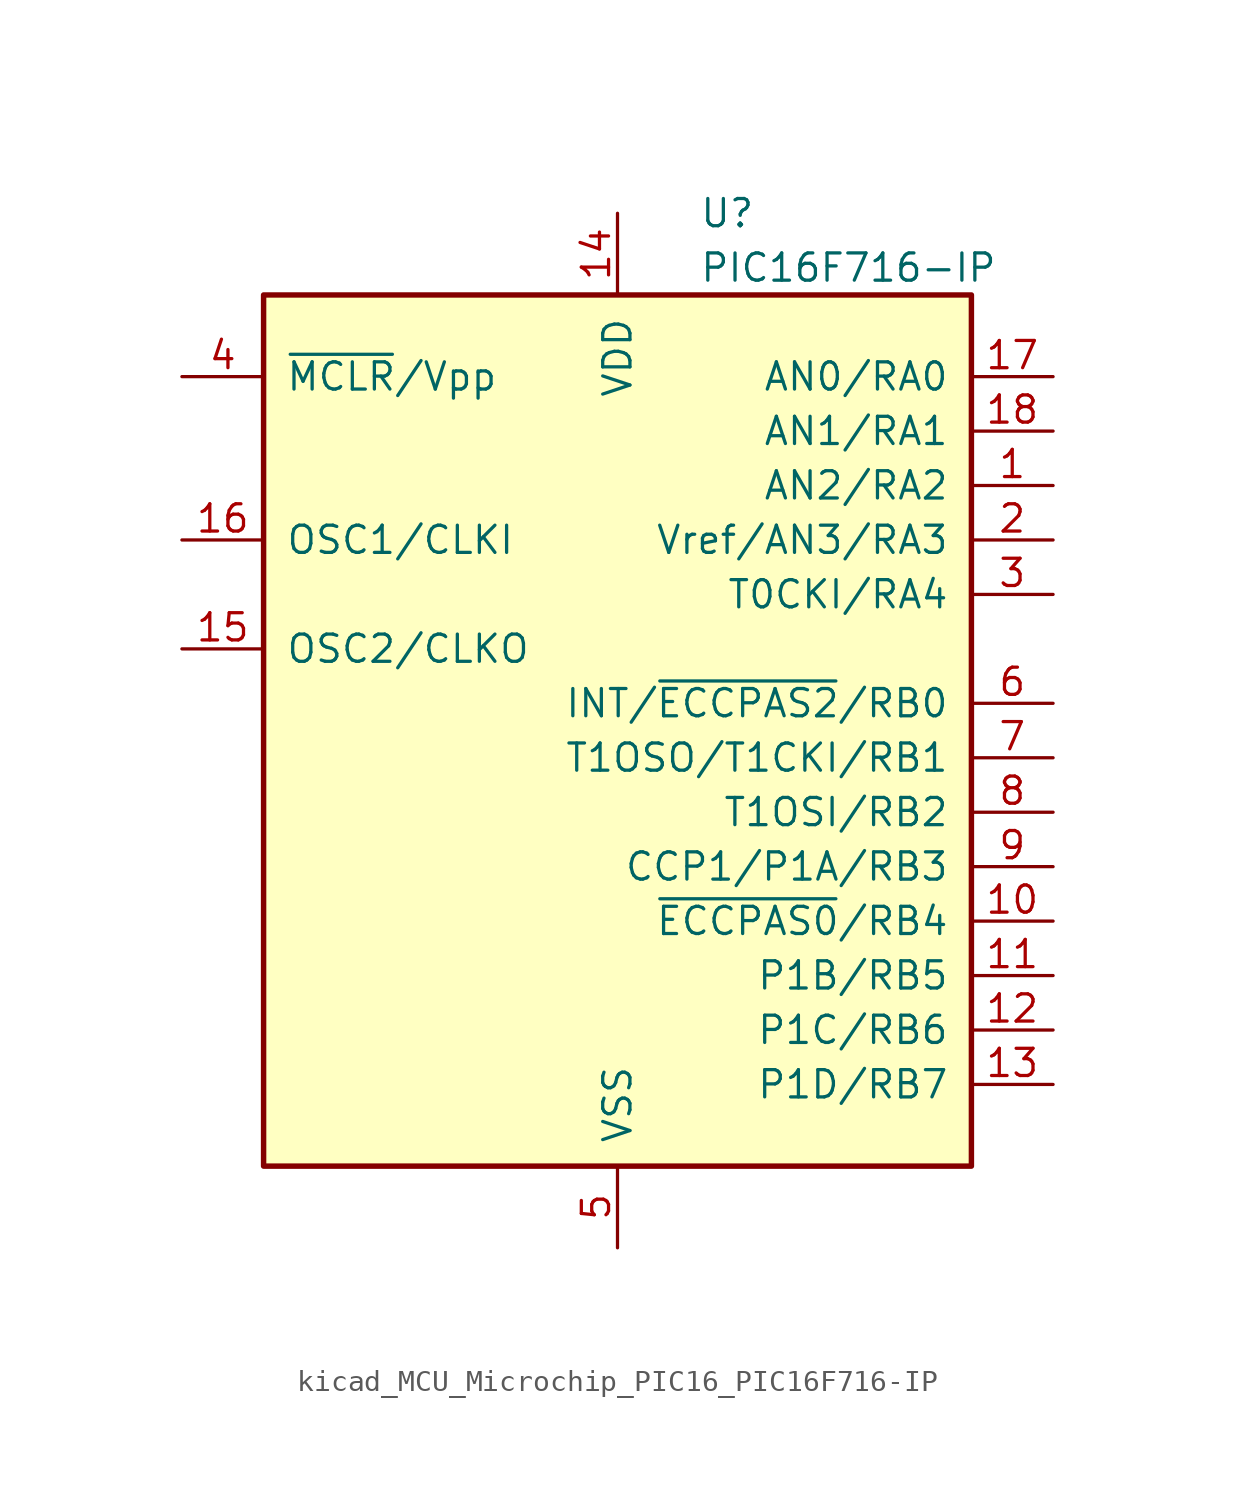
<source format=kicad_sym>
(kicad_symbol_lib
  (version 20220914)
  (generator kicad_symbol_editor)
  (symbol "kicad_MCU_Microchip_PIC16_PIC16F716-IP"
    (pin_names
      (offset 1.016))
    (property "Reference" "U"
      (at 3.81 22.86 0)
      (effects (font (size 1.27 1.27)) (justify left)))
    (property "Value" "PIC16F716-IP"
      (at 3.81 20.32 0)
      (effects (font (size 1.27 1.27)) (justify left)))
    (symbol "kicad_MCU_Microchip_PIC16_PIC16F716-IP_0_1"
      (rectangle (start -16.51 19.05) (end 16.51 -21.59) (stroke (width 0.254) (type default)) (fill (type background))))
    (symbol "kicad_MCU_Microchip_PIC16_PIC16F716-IP_1_1"
      (pin bidirectional line (at 20.32 10.16 180) (length 3.81) (name "AN2/RA2" (effects (font (size 1.27 1.27)))) (number "1" (effects (font (size 1.27 1.27)))))
      (pin bidirectional line (at 20.32 -10.16 180) (length 3.81) (name "~{ECCPAS0}/RB4" (effects (font (size 1.27 1.27)))) (number "10" (effects (font (size 1.27 1.27)))))
      (pin bidirectional line (at 20.32 -12.7 180) (length 3.81) (name "P1B/RB5" (effects (font (size 1.27 1.27)))) (number "11" (effects (font (size 1.27 1.27)))))
      (pin bidirectional line (at 20.32 -15.24 180) (length 3.81) (name "P1C/RB6" (effects (font (size 1.27 1.27)))) (number "12" (effects (font (size 1.27 1.27)))))
      (pin bidirectional line (at 20.32 -17.78 180) (length 3.81) (name "P1D/RB7" (effects (font (size 1.27 1.27)))) (number "13" (effects (font (size 1.27 1.27)))))
      (pin power_in line (at 0 22.86 270) (length 3.81) (name "VDD" (effects (font (size 1.27 1.27)))) (number "14" (effects (font (size 1.27 1.27)))))
      (pin output line (at -20.32 2.54 0) (length 3.81) (name "OSC2/CLKO" (effects (font (size 1.27 1.27)))) (number "15" (effects (font (size 1.27 1.27)))))
      (pin input line (at -20.32 7.62 0) (length 3.81) (name "OSC1/CLKI" (effects (font (size 1.27 1.27)))) (number "16" (effects (font (size 1.27 1.27)))))
      (pin bidirectional line (at 20.32 15.24 180) (length 3.81) (name "AN0/RA0" (effects (font (size 1.27 1.27)))) (number "17" (effects (font (size 1.27 1.27)))))
      (pin bidirectional line (at 20.32 12.7 180) (length 3.81) (name "AN1/RA1" (effects (font (size 1.27 1.27)))) (number "18" (effects (font (size 1.27 1.27)))))
      (pin bidirectional line (at 20.32 7.62 180) (length 3.81) (name "Vref/AN3/RA3" (effects (font (size 1.27 1.27)))) (number "2" (effects (font (size 1.27 1.27)))))
      (pin output line (at 20.32 5.08 180) (length 3.81) (name "T0CKI/RA4" (effects (font (size 1.27 1.27)))) (number "3" (effects (font (size 1.27 1.27)))))
      (pin input line (at -20.32 15.24 0) (length 3.81) (name "~{MCLR}/Vpp" (effects (font (size 1.27 1.27)))) (number "4" (effects (font (size 1.27 1.27)))))
      (pin power_in line (at 0 -25.4 90) (length 3.81) (name "VSS" (effects (font (size 1.27 1.27)))) (number "5" (effects (font (size 1.27 1.27)))))
      (pin bidirectional line (at 20.32 0 180) (length 3.81) (name "INT/~{ECCPAS2}/RB0" (effects (font (size 1.27 1.27)))) (number "6" (effects (font (size 1.27 1.27)))))
      (pin bidirectional line (at 20.32 -2.54 180) (length 3.81) (name "T1OSO/T1CKI/RB1" (effects (font (size 1.27 1.27)))) (number "7" (effects (font (size 1.27 1.27)))))
      (pin bidirectional line (at 20.32 -5.08 180) (length 3.81) (name "T1OSI/RB2" (effects (font (size 1.27 1.27)))) (number "8" (effects (font (size 1.27 1.27)))))
      (pin bidirectional line (at 20.32 -7.62 180) (length 3.81) (name "CCP1/P1A/RB3" (effects (font (size 1.27 1.27)))) (number "9" (effects (font (size 1.27 1.27))))))))
</source>
